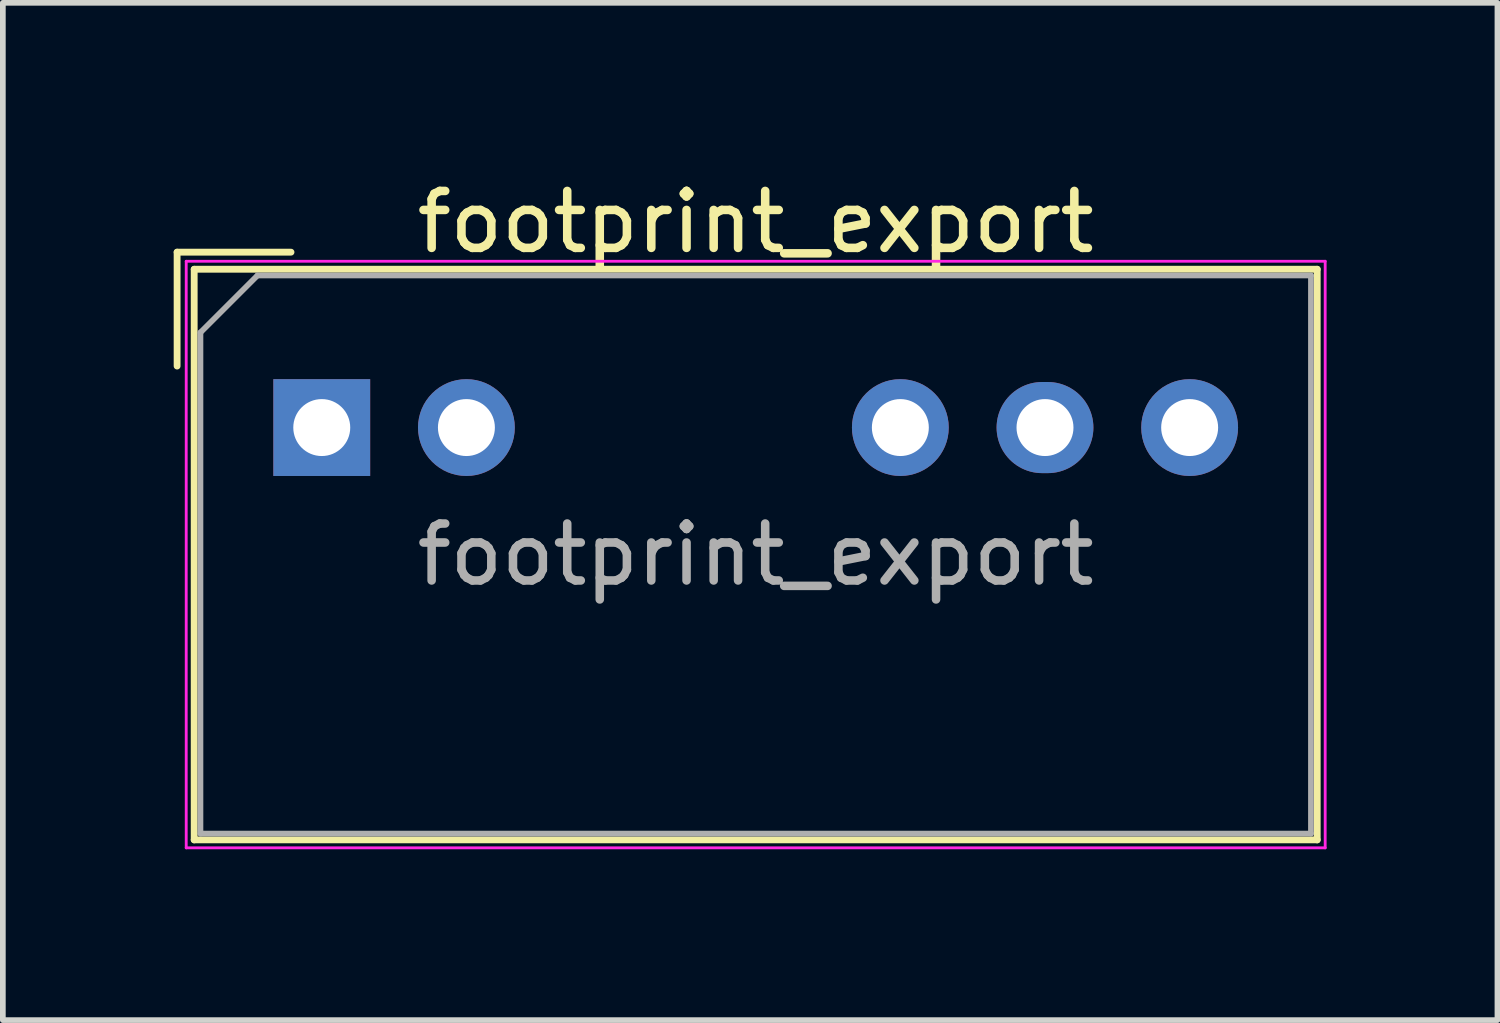
<source format=kicad_pcb>
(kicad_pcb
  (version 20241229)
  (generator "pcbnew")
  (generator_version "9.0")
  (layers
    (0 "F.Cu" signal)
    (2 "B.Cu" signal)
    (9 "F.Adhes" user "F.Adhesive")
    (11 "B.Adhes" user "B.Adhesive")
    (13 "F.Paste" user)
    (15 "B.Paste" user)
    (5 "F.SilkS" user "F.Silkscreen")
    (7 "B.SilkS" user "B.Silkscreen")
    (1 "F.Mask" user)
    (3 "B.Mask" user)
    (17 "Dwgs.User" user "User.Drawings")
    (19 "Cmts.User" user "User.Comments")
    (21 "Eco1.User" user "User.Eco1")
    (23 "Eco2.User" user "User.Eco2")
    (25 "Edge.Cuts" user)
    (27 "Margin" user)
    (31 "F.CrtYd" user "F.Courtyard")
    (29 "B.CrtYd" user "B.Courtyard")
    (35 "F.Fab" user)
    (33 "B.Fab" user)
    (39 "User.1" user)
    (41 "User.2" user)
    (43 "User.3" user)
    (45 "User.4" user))
  (footprint "footprint_export"
    (layer "F.Cu")
    (at 2.6 4.458)
    (property "Reference" "footprint_export" (at 7.62 -3.61 0) (layer "F.SilkS") (effects (font (size 1 1) (thickness 0.15))))
    (attr through_hole)
    (fp_line (start -2.54 -3.08) (end -0.54 -3.08) (stroke (width 0.12) (type solid)) (layer "F.SilkS"))
    (fp_line (start -2.54 -1.08) (end -2.54 -3.08) (stroke (width 0.12) (type solid)) (layer "F.SilkS"))
    (fp_line (start -2.24 -2.78) (end -2.24 7.24) (stroke (width 0.12) (type solid)) (layer "F.SilkS"))
    (fp_line (start -2.24 -2.78) (end 17.48 -2.78) (stroke (width 0.12) (type solid)) (layer "F.SilkS"))
    (fp_line (start -2.24 7.24) (end 17.48 7.24) (stroke (width 0.12) (type solid)) (layer "F.SilkS"))
    (fp_line (start 17.48 -2.78) (end 17.48 7.24) (stroke (width 0.12) (type solid)) (layer "F.SilkS"))
    (fp_line (start -2.38 -2.92) (end -2.38 7.38) (stroke (width 0.05) (type solid)) (layer "F.CrtYd"))
    (fp_line (start -2.38 -2.92) (end 17.62 -2.92) (stroke (width 0.05) (type solid)) (layer "F.CrtYd"))
    (fp_line (start -2.38 7.38) (end 17.62 7.38) (stroke (width 0.05) (type solid)) (layer "F.CrtYd"))
    (fp_line (start 17.62 -2.92) (end 17.62 7.38) (stroke (width 0.05) (type solid)) (layer "F.CrtYd"))
    (fp_line (start -2.13 -1.67) (end -1.13 -2.67) (stroke (width 0.1) (type solid)) (layer "F.Fab"))
    (fp_line (start -2.13 7.13) (end -2.13 -1.67) (stroke (width 0.1) (type solid)) (layer "F.Fab"))
    (fp_line (start -1.13 -2.67) (end 17.37 -2.67) (stroke (width 0.1) (type solid)) (layer "F.Fab"))
    (fp_line (start 17.37 -2.67) (end 17.37 7.13) (stroke (width 0.1) (type solid)) (layer "F.Fab"))
    (fp_line (start 17.37 7.13) (end -2.13 7.13) (stroke (width 0.1) (type solid)) (layer "F.Fab"))
    (fp_text user "${REFERENCE}" (at 7.62 2.23 0) (layer "F.Fab") (effects (font (size 1 1) (thickness 0.15))))
    (pad "1" thru_hole rect (at 0 0) (size 1.7 1.7) (drill 1) (layers "*.Cu" "*.Mask"))
    (pad "2" thru_hole oval (at 2.54 0) (size 1.7 1.7) (drill 1) (layers "*.Cu" "*.Mask"))
    (pad "5" thru_hole oval (at 10.16 0) (size 1.7 1.7) (drill 1) (layers "*.Cu" "*.Mask"))
    (pad "6" thru_hole oval (at 12.7 0) (size 1.7 1.6) (drill 1) (layers "*.Cu" "*.Mask"))
    (pad "7" thru_hole oval (at 15.24 0) (size 1.7 1.7) (drill 1) (layers "*.Cu" "*.Mask")))
  (gr_rect
    (start -3 -3)
    (end 23.245 14.863)
    (stroke (width 0.1) (type default))
    (fill no)
    (layer "Edge.Cuts")))
</source>
